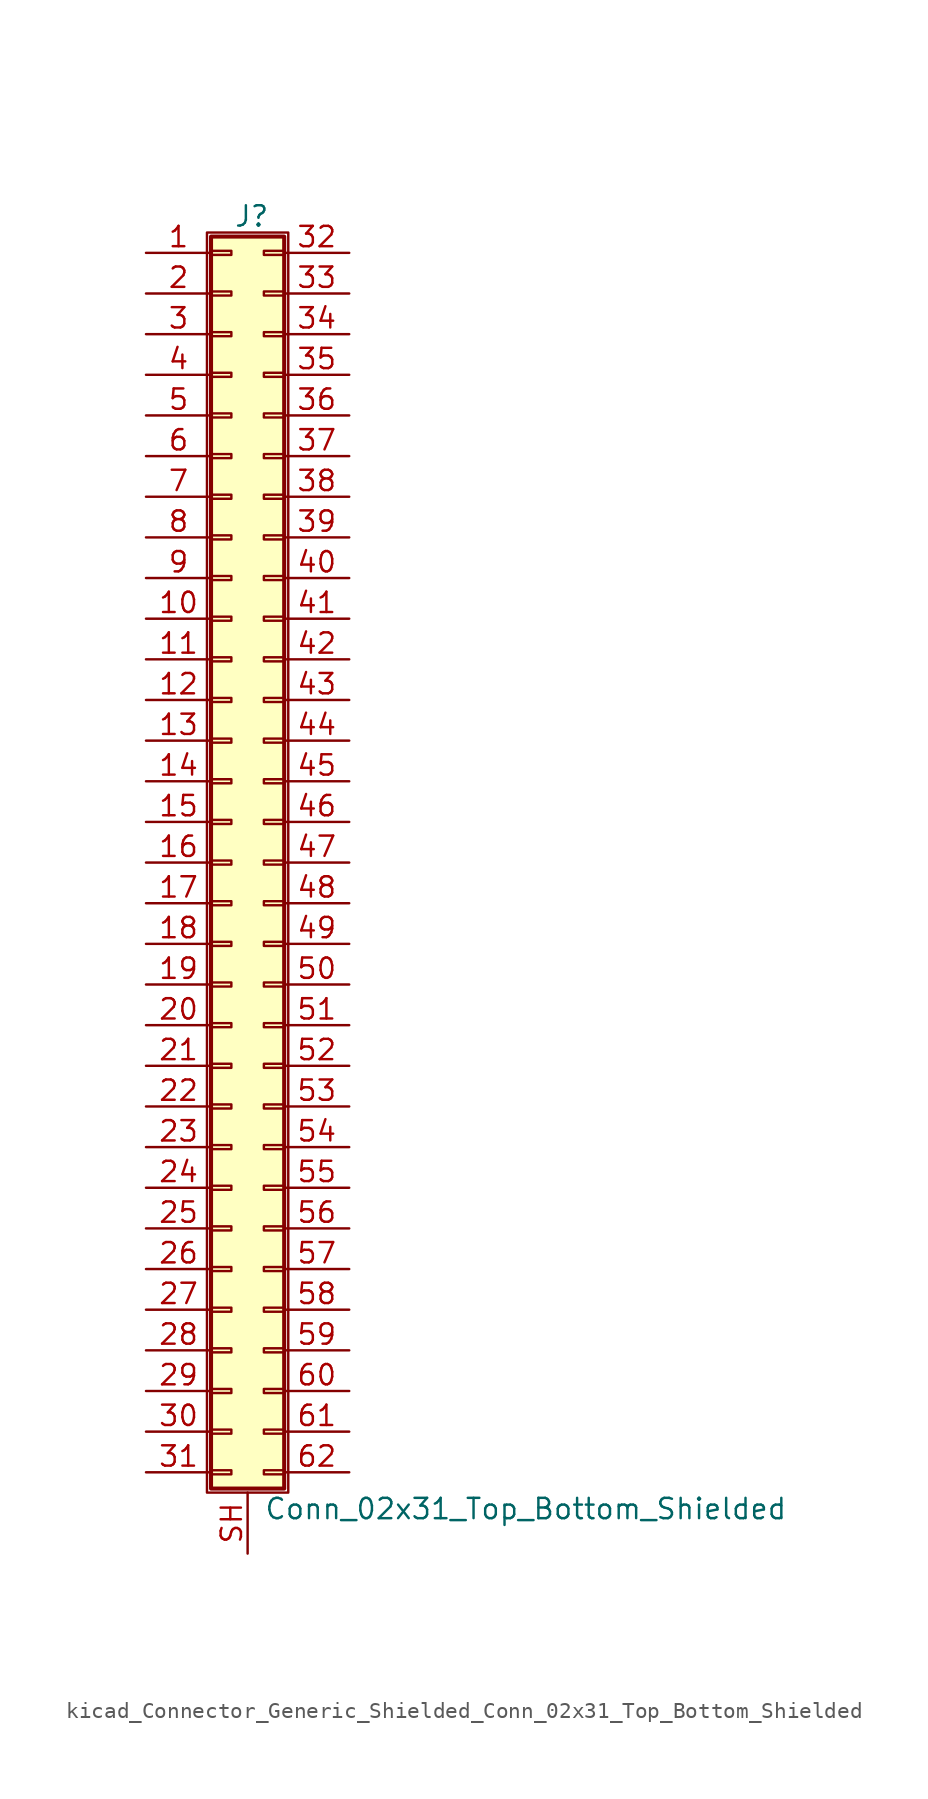
<source format=kicad_sym>
(kicad_symbol_lib
  (version 20220914)
  (generator kicad_symbol_editor)
  (symbol "kicad_Connector_Generic_Shielded_Conn_02x31_Top_Bottom_Shielded"
    (pin_names
      (offset 1.016) hide)
    (property "Reference" "J"
      (at 1.524 40.386 0)
      (effects (font (size 1.27 1.27))))
    (property "Value" "Conn_02x31_Top_Bottom_Shielded"
      (at 2.286 -40.386 0)
      (effects (font (size 1.27 1.27)) (justify left)))
    (symbol "kicad_Connector_Generic_Shielded_Conn_02x31_Top_Bottom_Shielded_1_1"
      (rectangle (start -1.27 39.37) (end 3.81 -39.37) (stroke (width 0.152) (type default)) (fill (type none)))
      (rectangle (start -1.016 -37.973) (end 0.254 -38.227) (stroke (width 0.152) (type default)) (fill (type none)))
      (rectangle (start -1.016 -35.433) (end 0.254 -35.687) (stroke (width 0.152) (type default)) (fill (type none)))
      (rectangle (start -1.016 -32.893) (end 0.254 -33.147) (stroke (width 0.152) (type default)) (fill (type none)))
      (rectangle (start -1.016 -30.353) (end 0.254 -30.607) (stroke (width 0.152) (type default)) (fill (type none)))
      (rectangle (start -1.016 -27.813) (end 0.254 -28.067) (stroke (width 0.152) (type default)) (fill (type none)))
      (rectangle (start -1.016 -25.273) (end 0.254 -25.527) (stroke (width 0.152) (type default)) (fill (type none)))
      (rectangle (start -1.016 -22.733) (end 0.254 -22.987) (stroke (width 0.152) (type default)) (fill (type none)))
      (rectangle (start -1.016 -20.193) (end 0.254 -20.447) (stroke (width 0.152) (type default)) (fill (type none)))
      (rectangle (start -1.016 -17.653) (end 0.254 -17.907) (stroke (width 0.152) (type default)) (fill (type none)))
      (rectangle (start -1.016 -15.113) (end 0.254 -15.367) (stroke (width 0.152) (type default)) (fill (type none)))
      (rectangle (start -1.016 -12.573) (end 0.254 -12.827) (stroke (width 0.152) (type default)) (fill (type none)))
      (rectangle (start -1.016 -10.033) (end 0.254 -10.287) (stroke (width 0.152) (type default)) (fill (type none)))
      (rectangle (start -1.016 -7.493) (end 0.254 -7.747) (stroke (width 0.152) (type default)) (fill (type none)))
      (rectangle (start -1.016 -4.953) (end 0.254 -5.207) (stroke (width 0.152) (type default)) (fill (type none)))
      (rectangle (start -1.016 -2.413) (end 0.254 -2.667) (stroke (width 0.152) (type default)) (fill (type none)))
      (rectangle (start -1.016 0.127) (end 0.254 -0.127) (stroke (width 0.152) (type default)) (fill (type none)))
      (rectangle (start -1.016 2.667) (end 0.254 2.413) (stroke (width 0.152) (type default)) (fill (type none)))
      (rectangle (start -1.016 5.207) (end 0.254 4.953) (stroke (width 0.152) (type default)) (fill (type none)))
      (rectangle (start -1.016 7.747) (end 0.254 7.493) (stroke (width 0.152) (type default)) (fill (type none)))
      (rectangle (start -1.016 10.287) (end 0.254 10.033) (stroke (width 0.152) (type default)) (fill (type none)))
      (rectangle (start -1.016 12.827) (end 0.254 12.573) (stroke (width 0.152) (type default)) (fill (type none)))
      (rectangle (start -1.016 15.367) (end 0.254 15.113) (stroke (width 0.152) (type default)) (fill (type none)))
      (rectangle (start -1.016 17.907) (end 0.254 17.653) (stroke (width 0.152) (type default)) (fill (type none)))
      (rectangle (start -1.016 20.447) (end 0.254 20.193) (stroke (width 0.152) (type default)) (fill (type none)))
      (rectangle (start -1.016 22.987) (end 0.254 22.733) (stroke (width 0.152) (type default)) (fill (type none)))
      (rectangle (start -1.016 25.527) (end 0.254 25.273) (stroke (width 0.152) (type default)) (fill (type none)))
      (rectangle (start -1.016 28.067) (end 0.254 27.813) (stroke (width 0.152) (type default)) (fill (type none)))
      (rectangle (start -1.016 30.607) (end 0.254 30.353) (stroke (width 0.152) (type default)) (fill (type none)))
      (rectangle (start -1.016 33.147) (end 0.254 32.893) (stroke (width 0.152) (type default)) (fill (type none)))
      (rectangle (start -1.016 35.687) (end 0.254 35.433) (stroke (width 0.152) (type default)) (fill (type none)))
      (rectangle (start -1.016 38.227) (end 0.254 37.973) (stroke (width 0.152) (type default)) (fill (type none)))
      (rectangle (start -1.016 39.116) (end 3.556 -39.116) (stroke (width 0.254) (type default)) (fill (type background)))
      (rectangle (start 3.556 -37.973) (end 2.286 -38.227) (stroke (width 0.152) (type default)) (fill (type none)))
      (rectangle (start 3.556 -35.433) (end 2.286 -35.687) (stroke (width 0.152) (type default)) (fill (type none)))
      (rectangle (start 3.556 -32.893) (end 2.286 -33.147) (stroke (width 0.152) (type default)) (fill (type none)))
      (rectangle (start 3.556 -30.353) (end 2.286 -30.607) (stroke (width 0.152) (type default)) (fill (type none)))
      (rectangle (start 3.556 -27.813) (end 2.286 -28.067) (stroke (width 0.152) (type default)) (fill (type none)))
      (rectangle (start 3.556 -25.273) (end 2.286 -25.527) (stroke (width 0.152) (type default)) (fill (type none)))
      (rectangle (start 3.556 -22.733) (end 2.286 -22.987) (stroke (width 0.152) (type default)) (fill (type none)))
      (rectangle (start 3.556 -20.193) (end 2.286 -20.447) (stroke (width 0.152) (type default)) (fill (type none)))
      (rectangle (start 3.556 -17.653) (end 2.286 -17.907) (stroke (width 0.152) (type default)) (fill (type none)))
      (rectangle (start 3.556 -15.113) (end 2.286 -15.367) (stroke (width 0.152) (type default)) (fill (type none)))
      (rectangle (start 3.556 -12.573) (end 2.286 -12.827) (stroke (width 0.152) (type default)) (fill (type none)))
      (rectangle (start 3.556 -10.033) (end 2.286 -10.287) (stroke (width 0.152) (type default)) (fill (type none)))
      (rectangle (start 3.556 -7.493) (end 2.286 -7.747) (stroke (width 0.152) (type default)) (fill (type none)))
      (rectangle (start 3.556 -4.953) (end 2.286 -5.207) (stroke (width 0.152) (type default)) (fill (type none)))
      (rectangle (start 3.556 -2.413) (end 2.286 -2.667) (stroke (width 0.152) (type default)) (fill (type none)))
      (rectangle (start 3.556 0.127) (end 2.286 -0.127) (stroke (width 0.152) (type default)) (fill (type none)))
      (rectangle (start 3.556 2.667) (end 2.286 2.413) (stroke (width 0.152) (type default)) (fill (type none)))
      (rectangle (start 3.556 5.207) (end 2.286 4.953) (stroke (width 0.152) (type default)) (fill (type none)))
      (rectangle (start 3.556 7.747) (end 2.286 7.493) (stroke (width 0.152) (type default)) (fill (type none)))
      (rectangle (start 3.556 10.287) (end 2.286 10.033) (stroke (width 0.152) (type default)) (fill (type none)))
      (rectangle (start 3.556 12.827) (end 2.286 12.573) (stroke (width 0.152) (type default)) (fill (type none)))
      (rectangle (start 3.556 15.367) (end 2.286 15.113) (stroke (width 0.152) (type default)) (fill (type none)))
      (rectangle (start 3.556 17.907) (end 2.286 17.653) (stroke (width 0.152) (type default)) (fill (type none)))
      (rectangle (start 3.556 20.447) (end 2.286 20.193) (stroke (width 0.152) (type default)) (fill (type none)))
      (rectangle (start 3.556 22.987) (end 2.286 22.733) (stroke (width 0.152) (type default)) (fill (type none)))
      (rectangle (start 3.556 25.527) (end 2.286 25.273) (stroke (width 0.152) (type default)) (fill (type none)))
      (rectangle (start 3.556 28.067) (end 2.286 27.813) (stroke (width 0.152) (type default)) (fill (type none)))
      (rectangle (start 3.556 30.607) (end 2.286 30.353) (stroke (width 0.152) (type default)) (fill (type none)))
      (rectangle (start 3.556 33.147) (end 2.286 32.893) (stroke (width 0.152) (type default)) (fill (type none)))
      (rectangle (start 3.556 35.687) (end 2.286 35.433) (stroke (width 0.152) (type default)) (fill (type none)))
      (rectangle (start 3.556 38.227) (end 2.286 37.973) (stroke (width 0.152) (type default)) (fill (type none)))
      (pin passive line (at -5.08 38.1 0) (length 4.064) (name "Pin_1" (effects (font (size 1.27 1.27)))) (number "1" (effects (font (size 1.27 1.27)))))
      (pin passive line (at -5.08 15.24 0) (length 4.064) (name "Pin_10" (effects (font (size 1.27 1.27)))) (number "10" (effects (font (size 1.27 1.27)))))
      (pin passive line (at -5.08 12.7 0) (length 4.064) (name "Pin_11" (effects (font (size 1.27 1.27)))) (number "11" (effects (font (size 1.27 1.27)))))
      (pin passive line (at -5.08 10.16 0) (length 4.064) (name "Pin_12" (effects (font (size 1.27 1.27)))) (number "12" (effects (font (size 1.27 1.27)))))
      (pin passive line (at -5.08 7.62 0) (length 4.064) (name "Pin_13" (effects (font (size 1.27 1.27)))) (number "13" (effects (font (size 1.27 1.27)))))
      (pin passive line (at -5.08 5.08 0) (length 4.064) (name "Pin_14" (effects (font (size 1.27 1.27)))) (number "14" (effects (font (size 1.27 1.27)))))
      (pin passive line (at -5.08 2.54 0) (length 4.064) (name "Pin_15" (effects (font (size 1.27 1.27)))) (number "15" (effects (font (size 1.27 1.27)))))
      (pin passive line (at -5.08 0 0) (length 4.064) (name "Pin_16" (effects (font (size 1.27 1.27)))) (number "16" (effects (font (size 1.27 1.27)))))
      (pin passive line (at -5.08 -2.54 0) (length 4.064) (name "Pin_17" (effects (font (size 1.27 1.27)))) (number "17" (effects (font (size 1.27 1.27)))))
      (pin passive line (at -5.08 -5.08 0) (length 4.064) (name "Pin_18" (effects (font (size 1.27 1.27)))) (number "18" (effects (font (size 1.27 1.27)))))
      (pin passive line (at -5.08 -7.62 0) (length 4.064) (name "Pin_19" (effects (font (size 1.27 1.27)))) (number "19" (effects (font (size 1.27 1.27)))))
      (pin passive line (at -5.08 35.56 0) (length 4.064) (name "Pin_2" (effects (font (size 1.27 1.27)))) (number "2" (effects (font (size 1.27 1.27)))))
      (pin passive line (at -5.08 -10.16 0) (length 4.064) (name "Pin_20" (effects (font (size 1.27 1.27)))) (number "20" (effects (font (size 1.27 1.27)))))
      (pin passive line (at -5.08 -12.7 0) (length 4.064) (name "Pin_21" (effects (font (size 1.27 1.27)))) (number "21" (effects (font (size 1.27 1.27)))))
      (pin passive line (at -5.08 -15.24 0) (length 4.064) (name "Pin_22" (effects (font (size 1.27 1.27)))) (number "22" (effects (font (size 1.27 1.27)))))
      (pin passive line (at -5.08 -17.78 0) (length 4.064) (name "Pin_23" (effects (font (size 1.27 1.27)))) (number "23" (effects (font (size 1.27 1.27)))))
      (pin passive line (at -5.08 -20.32 0) (length 4.064) (name "Pin_24" (effects (font (size 1.27 1.27)))) (number "24" (effects (font (size 1.27 1.27)))))
      (pin passive line (at -5.08 -22.86 0) (length 4.064) (name "Pin_25" (effects (font (size 1.27 1.27)))) (number "25" (effects (font (size 1.27 1.27)))))
      (pin passive line (at -5.08 -25.4 0) (length 4.064) (name "Pin_26" (effects (font (size 1.27 1.27)))) (number "26" (effects (font (size 1.27 1.27)))))
      (pin passive line (at -5.08 -27.94 0) (length 4.064) (name "Pin_27" (effects (font (size 1.27 1.27)))) (number "27" (effects (font (size 1.27 1.27)))))
      (pin passive line (at -5.08 -30.48 0) (length 4.064) (name "Pin_28" (effects (font (size 1.27 1.27)))) (number "28" (effects (font (size 1.27 1.27)))))
      (pin passive line (at -5.08 -33.02 0) (length 4.064) (name "Pin_29" (effects (font (size 1.27 1.27)))) (number "29" (effects (font (size 1.27 1.27)))))
      (pin passive line (at -5.08 33.02 0) (length 4.064) (name "Pin_3" (effects (font (size 1.27 1.27)))) (number "3" (effects (font (size 1.27 1.27)))))
      (pin passive line (at -5.08 -35.56 0) (length 4.064) (name "Pin_30" (effects (font (size 1.27 1.27)))) (number "30" (effects (font (size 1.27 1.27)))))
      (pin passive line (at -5.08 -38.1 0) (length 4.064) (name "Pin_31" (effects (font (size 1.27 1.27)))) (number "31" (effects (font (size 1.27 1.27)))))
      (pin passive line (at 7.62 38.1 180) (length 4.064) (name "Pin_32" (effects (font (size 1.27 1.27)))) (number "32" (effects (font (size 1.27 1.27)))))
      (pin passive line (at 7.62 35.56 180) (length 4.064) (name "Pin_33" (effects (font (size 1.27 1.27)))) (number "33" (effects (font (size 1.27 1.27)))))
      (pin passive line (at 7.62 33.02 180) (length 4.064) (name "Pin_34" (effects (font (size 1.27 1.27)))) (number "34" (effects (font (size 1.27 1.27)))))
      (pin passive line (at 7.62 30.48 180) (length 4.064) (name "Pin_35" (effects (font (size 1.27 1.27)))) (number "35" (effects (font (size 1.27 1.27)))))
      (pin passive line (at 7.62 27.94 180) (length 4.064) (name "Pin_36" (effects (font (size 1.27 1.27)))) (number "36" (effects (font (size 1.27 1.27)))))
      (pin passive line (at 7.62 25.4 180) (length 4.064) (name "Pin_37" (effects (font (size 1.27 1.27)))) (number "37" (effects (font (size 1.27 1.27)))))
      (pin passive line (at 7.62 22.86 180) (length 4.064) (name "Pin_38" (effects (font (size 1.27 1.27)))) (number "38" (effects (font (size 1.27 1.27)))))
      (pin passive line (at 7.62 20.32 180) (length 4.064) (name "Pin_39" (effects (font (size 1.27 1.27)))) (number "39" (effects (font (size 1.27 1.27)))))
      (pin passive line (at -5.08 30.48 0) (length 4.064) (name "Pin_4" (effects (font (size 1.27 1.27)))) (number "4" (effects (font (size 1.27 1.27)))))
      (pin passive line (at 7.62 17.78 180) (length 4.064) (name "Pin_40" (effects (font (size 1.27 1.27)))) (number "40" (effects (font (size 1.27 1.27)))))
      (pin passive line (at 7.62 15.24 180) (length 4.064) (name "Pin_41" (effects (font (size 1.27 1.27)))) (number "41" (effects (font (size 1.27 1.27)))))
      (pin passive line (at 7.62 12.7 180) (length 4.064) (name "Pin_42" (effects (font (size 1.27 1.27)))) (number "42" (effects (font (size 1.27 1.27)))))
      (pin passive line (at 7.62 10.16 180) (length 4.064) (name "Pin_43" (effects (font (size 1.27 1.27)))) (number "43" (effects (font (size 1.27 1.27)))))
      (pin passive line (at 7.62 7.62 180) (length 4.064) (name "Pin_44" (effects (font (size 1.27 1.27)))) (number "44" (effects (font (size 1.27 1.27)))))
      (pin passive line (at 7.62 5.08 180) (length 4.064) (name "Pin_45" (effects (font (size 1.27 1.27)))) (number "45" (effects (font (size 1.27 1.27)))))
      (pin passive line (at 7.62 2.54 180) (length 4.064) (name "Pin_46" (effects (font (size 1.27 1.27)))) (number "46" (effects (font (size 1.27 1.27)))))
      (pin passive line (at 7.62 0 180) (length 4.064) (name "Pin_47" (effects (font (size 1.27 1.27)))) (number "47" (effects (font (size 1.27 1.27)))))
      (pin passive line (at 7.62 -2.54 180) (length 4.064) (name "Pin_48" (effects (font (size 1.27 1.27)))) (number "48" (effects (font (size 1.27 1.27)))))
      (pin passive line (at 7.62 -5.08 180) (length 4.064) (name "Pin_49" (effects (font (size 1.27 1.27)))) (number "49" (effects (font (size 1.27 1.27)))))
      (pin passive line (at -5.08 27.94 0) (length 4.064) (name "Pin_5" (effects (font (size 1.27 1.27)))) (number "5" (effects (font (size 1.27 1.27)))))
      (pin passive line (at 7.62 -7.62 180) (length 4.064) (name "Pin_50" (effects (font (size 1.27 1.27)))) (number "50" (effects (font (size 1.27 1.27)))))
      (pin passive line (at 7.62 -10.16 180) (length 4.064) (name "Pin_51" (effects (font (size 1.27 1.27)))) (number "51" (effects (font (size 1.27 1.27)))))
      (pin passive line (at 7.62 -12.7 180) (length 4.064) (name "Pin_52" (effects (font (size 1.27 1.27)))) (number "52" (effects (font (size 1.27 1.27)))))
      (pin passive line (at 7.62 -15.24 180) (length 4.064) (name "Pin_53" (effects (font (size 1.27 1.27)))) (number "53" (effects (font (size 1.27 1.27)))))
      (pin passive line (at 7.62 -17.78 180) (length 4.064) (name "Pin_54" (effects (font (size 1.27 1.27)))) (number "54" (effects (font (size 1.27 1.27)))))
      (pin passive line (at 7.62 -20.32 180) (length 4.064) (name "Pin_55" (effects (font (size 1.27 1.27)))) (number "55" (effects (font (size 1.27 1.27)))))
      (pin passive line (at 7.62 -22.86 180) (length 4.064) (name "Pin_56" (effects (font (size 1.27 1.27)))) (number "56" (effects (font (size 1.27 1.27)))))
      (pin passive line (at 7.62 -25.4 180) (length 4.064) (name "Pin_57" (effects (font (size 1.27 1.27)))) (number "57" (effects (font (size 1.27 1.27)))))
      (pin passive line (at 7.62 -27.94 180) (length 4.064) (name "Pin_58" (effects (font (size 1.27 1.27)))) (number "58" (effects (font (size 1.27 1.27)))))
      (pin passive line (at 7.62 -30.48 180) (length 4.064) (name "Pin_59" (effects (font (size 1.27 1.27)))) (number "59" (effects (font (size 1.27 1.27)))))
      (pin passive line (at -5.08 25.4 0) (length 4.064) (name "Pin_6" (effects (font (size 1.27 1.27)))) (number "6" (effects (font (size 1.27 1.27)))))
      (pin passive line (at 7.62 -33.02 180) (length 4.064) (name "Pin_60" (effects (font (size 1.27 1.27)))) (number "60" (effects (font (size 1.27 1.27)))))
      (pin passive line (at 7.62 -35.56 180) (length 4.064) (name "Pin_61" (effects (font (size 1.27 1.27)))) (number "61" (effects (font (size 1.27 1.27)))))
      (pin passive line (at 7.62 -38.1 180) (length 4.064) (name "Pin_62" (effects (font (size 1.27 1.27)))) (number "62" (effects (font (size 1.27 1.27)))))
      (pin passive line (at -5.08 22.86 0) (length 4.064) (name "Pin_7" (effects (font (size 1.27 1.27)))) (number "7" (effects (font (size 1.27 1.27)))))
      (pin passive line (at -5.08 20.32 0) (length 4.064) (name "Pin_8" (effects (font (size 1.27 1.27)))) (number "8" (effects (font (size 1.27 1.27)))))
      (pin passive line (at -5.08 17.78 0) (length 4.064) (name "Pin_9" (effects (font (size 1.27 1.27)))) (number "9" (effects (font (size 1.27 1.27)))))
      (pin passive line (at 1.27 -43.18 90) (length 3.81) (name "Shield" (effects (font (size 1.27 1.27)))) (number "SH" (effects (font (size 1.27 1.27))))))))
</source>
